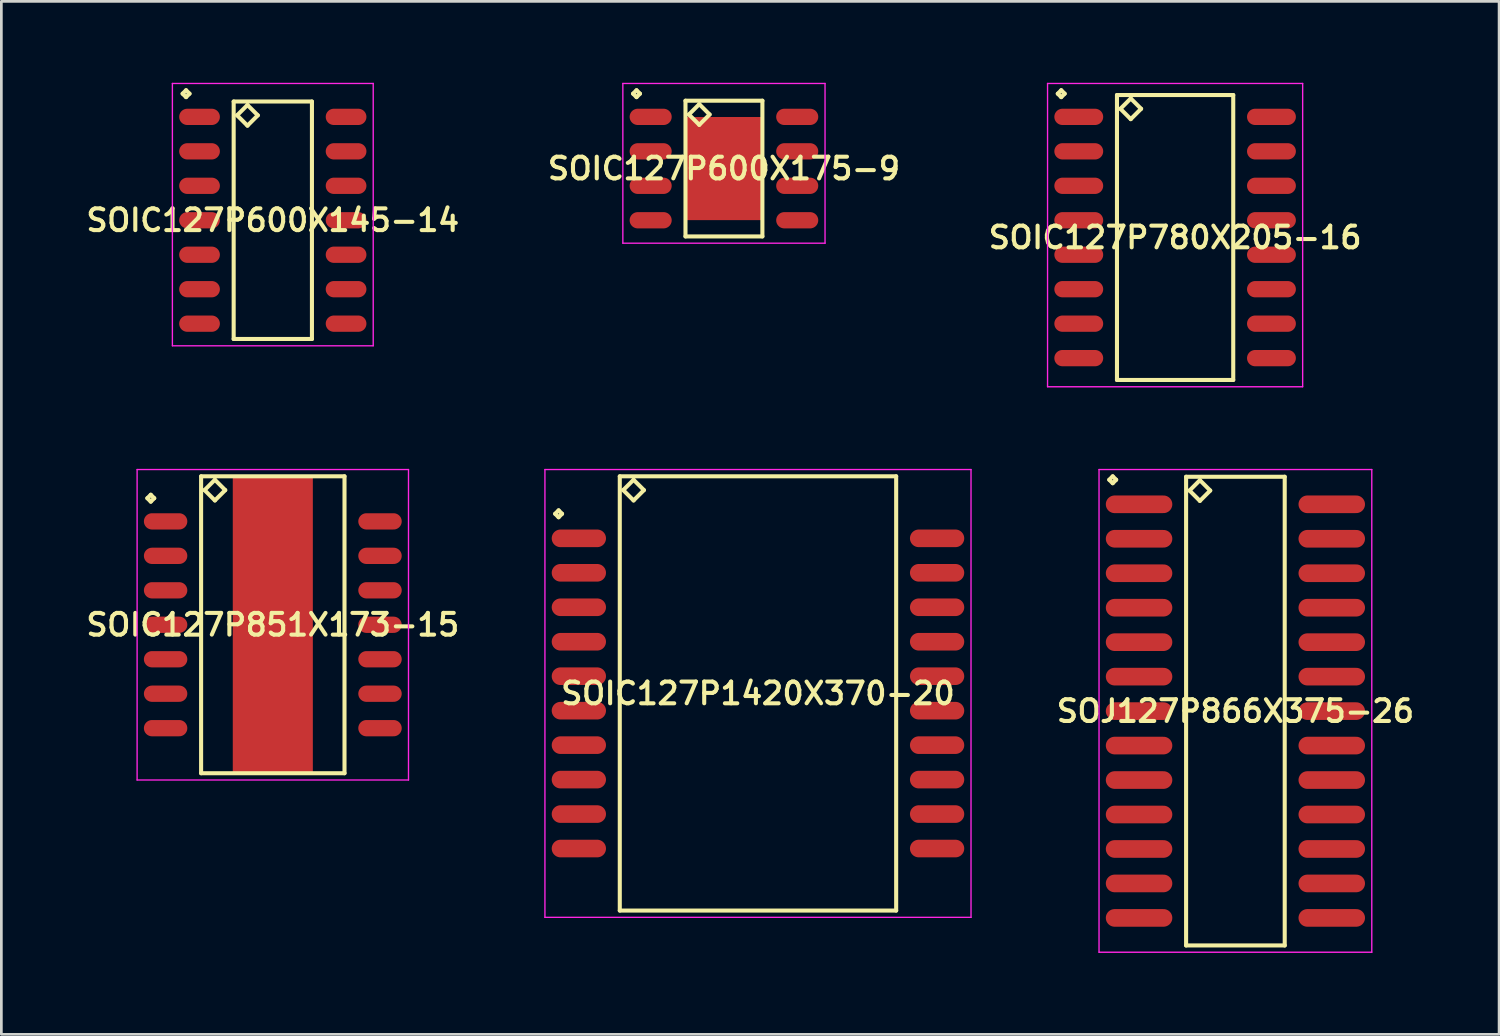
<source format=kicad_pcb>
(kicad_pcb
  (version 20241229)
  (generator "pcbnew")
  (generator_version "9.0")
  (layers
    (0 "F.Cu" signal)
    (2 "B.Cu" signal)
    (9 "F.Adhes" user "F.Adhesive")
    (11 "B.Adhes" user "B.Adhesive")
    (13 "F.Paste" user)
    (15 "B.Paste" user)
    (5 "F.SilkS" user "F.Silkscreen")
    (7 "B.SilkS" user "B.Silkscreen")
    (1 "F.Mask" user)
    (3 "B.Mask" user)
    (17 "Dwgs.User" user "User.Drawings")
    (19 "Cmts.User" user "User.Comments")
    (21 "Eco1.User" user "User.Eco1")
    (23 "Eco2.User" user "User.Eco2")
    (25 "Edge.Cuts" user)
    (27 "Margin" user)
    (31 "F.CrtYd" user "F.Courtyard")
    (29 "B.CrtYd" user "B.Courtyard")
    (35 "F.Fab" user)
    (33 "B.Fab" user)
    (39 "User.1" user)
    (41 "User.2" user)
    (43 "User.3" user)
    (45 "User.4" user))
  (footprint "SOIC127P600X175-9"
    (layer "F.Cu")
    (at 23.625 3.161)
    (property "Reference" "SOIC127P600X175-9" (at 0 0 0) (layer "F.SilkS") (effects (font (size 0.8 0.8) (thickness 0.15))))
    (attr smd)
    (fp_line (start -3.348 -2.759) (end -3.221 -2.886) (stroke (width 0.15) (type solid)) (layer "F.SilkS"))
    (fp_line (start -3.221 -2.886) (end -3.094 -2.759) (stroke (width 0.15) (type solid)) (layer "F.SilkS"))
    (fp_line (start -3.221 -2.632) (end -3.348 -2.759) (stroke (width 0.15) (type solid)) (layer "F.SilkS"))
    (fp_line (start -3.094 -2.759) (end -3.221 -2.632) (stroke (width 0.15) (type solid)) (layer "F.SilkS"))
    (fp_line (start -1.417 -2.5) (end -1.417 2.5) (stroke (width 0.15) (type solid)) (layer "F.SilkS"))
    (fp_line (start -1.417 2.5) (end 1.417 2.5) (stroke (width 0.15) (type solid)) (layer "F.SilkS"))
    (fp_line (start -1.29 -1.992) (end -0.909 -2.373) (stroke (width 0.15) (type solid)) (layer "F.SilkS"))
    (fp_line (start -0.909 -2.373) (end -0.528 -1.992) (stroke (width 0.15) (type solid)) (layer "F.SilkS"))
    (fp_line (start -0.909 -1.611) (end -1.29 -1.992) (stroke (width 0.15) (type solid)) (layer "F.SilkS"))
    (fp_line (start -0.528 -1.992) (end -0.909 -1.611) (stroke (width 0.15) (type solid)) (layer "F.SilkS"))
    (fp_line (start 1.417 -2.5) (end -1.417 -2.5) (stroke (width 0.15) (type solid)) (layer "F.SilkS"))
    (fp_line (start 1.417 2.5) (end 1.417 -2.5) (stroke (width 0.15) (type solid)) (layer "F.SilkS"))
    (fp_line (start -3.725 -3.136) (end 3.725 -3.136) (stroke (width 0.05) (type solid)) (layer "F.CrtYd"))
    (fp_line (start -3.725 2.75) (end -3.725 -3.136) (stroke (width 0.05) (type solid)) (layer "F.CrtYd"))
    (fp_line (start 3.725 -3.136) (end 3.725 2.75) (stroke (width 0.05) (type solid)) (layer "F.CrtYd"))
    (fp_line (start 3.725 2.75) (end -3.725 2.75) (stroke (width 0.05) (type solid)) (layer "F.CrtYd"))
    (pad "1" smd oval (at -2.7 -1.905) (size 1.55 0.6) (layers "F.Cu" "F.Mask" "F.Paste"))
    (pad "2" smd oval (at -2.7 -0.635) (size 1.55 0.6) (layers "F.Cu" "F.Mask" "F.Paste"))
    (pad "3" smd oval (at -2.7 0.635) (size 1.55 0.6) (layers "F.Cu" "F.Mask" "F.Paste"))
    (pad "4" smd oval (at -2.7 1.905) (size 1.55 0.6) (layers "F.Cu" "F.Mask" "F.Paste"))
    (pad "5" smd oval (at 2.7 1.905) (size 1.55 0.6) (layers "F.Cu" "F.Mask" "F.Paste"))
    (pad "6" smd oval (at 2.7 0.635) (size 1.55 0.6) (layers "F.Cu" "F.Mask" "F.Paste"))
    (pad "7" smd oval (at 2.7 -0.635) (size 1.55 0.6) (layers "F.Cu" "F.Mask" "F.Paste"))
    (pad "8" smd oval (at 2.7 -1.905) (size 1.55 0.6) (layers "F.Cu" "F.Mask" "F.Paste"))
    (pad "9" smd rect (at 0 0) (size 2.75 3.8) (layers "F.Cu" "F.Mask" "F.Paste")))
  (footprint "SOIC127P851X173-15"
    (layer "F.Cu")
    (at 7.002 19.971)
    (property "Reference" "SOIC127P851X173-15" (at 0 0 0) (layer "F.SilkS") (effects (font (size 0.8 0.8) (thickness 0.15))))
    (attr smd)
    (fp_line (start -4.623 -4.664) (end -4.496 -4.791) (stroke (width 0.15) (type solid)) (layer "F.SilkS"))
    (fp_line (start -4.496 -4.791) (end -4.369 -4.664) (stroke (width 0.15) (type solid)) (layer "F.SilkS"))
    (fp_line (start -4.496 -4.537) (end -4.623 -4.664) (stroke (width 0.15) (type solid)) (layer "F.SilkS"))
    (fp_line (start -4.369 -4.664) (end -4.496 -4.537) (stroke (width 0.15) (type solid)) (layer "F.SilkS"))
    (fp_line (start -2.642 -5.47) (end -2.642 5.47) (stroke (width 0.15) (type solid)) (layer "F.SilkS"))
    (fp_line (start -2.642 5.47) (end 2.642 5.47) (stroke (width 0.15) (type solid)) (layer "F.SilkS"))
    (fp_line (start -2.515 -4.962) (end -2.134 -5.343) (stroke (width 0.15) (type solid)) (layer "F.SilkS"))
    (fp_line (start -2.134 -5.343) (end -1.753 -4.962) (stroke (width 0.15) (type solid)) (layer "F.SilkS"))
    (fp_line (start -2.134 -4.581) (end -2.515 -4.962) (stroke (width 0.15) (type solid)) (layer "F.SilkS"))
    (fp_line (start -1.753 -4.962) (end -2.134 -4.581) (stroke (width 0.15) (type solid)) (layer "F.SilkS"))
    (fp_line (start 2.642 -5.47) (end -2.642 -5.47) (stroke (width 0.15) (type solid)) (layer "F.SilkS"))
    (fp_line (start 2.642 5.47) (end 2.642 -5.47) (stroke (width 0.15) (type solid)) (layer "F.SilkS"))
    (fp_line (start -5 -5.72) (end 5 -5.72) (stroke (width 0.05) (type solid)) (layer "F.CrtYd"))
    (fp_line (start -5 5.72) (end -5 -5.72) (stroke (width 0.05) (type solid)) (layer "F.CrtYd"))
    (fp_line (start 5 -5.72) (end 5 5.72) (stroke (width 0.05) (type solid)) (layer "F.CrtYd"))
    (fp_line (start 5 5.72) (end -5 5.72) (stroke (width 0.05) (type solid)) (layer "F.CrtYd"))
    (pad "1" smd oval (at -3.95 -3.81) (size 1.6 0.6) (layers "F.Cu" "F.Mask" "F.Paste"))
    (pad "2" smd oval (at -3.95 -2.54) (size 1.6 0.6) (layers "F.Cu" "F.Mask" "F.Paste"))
    (pad "3" smd oval (at -3.95 -1.27) (size 1.6 0.6) (layers "F.Cu" "F.Mask" "F.Paste"))
    (pad "4" smd oval (at -3.95 0) (size 1.6 0.6) (layers "F.Cu" "F.Mask" "F.Paste"))
    (pad "5" smd oval (at -3.95 1.27) (size 1.6 0.6) (layers "F.Cu" "F.Mask" "F.Paste"))
    (pad "6" smd oval (at -3.95 2.54) (size 1.6 0.6) (layers "F.Cu" "F.Mask" "F.Paste"))
    (pad "7" smd oval (at -3.95 3.81) (size 1.6 0.6) (layers "F.Cu" "F.Mask" "F.Paste"))
    (pad "8" smd oval (at 3.95 3.81) (size 1.6 0.6) (layers "F.Cu" "F.Mask" "F.Paste"))
    (pad "9" smd oval (at 3.95 2.54) (size 1.6 0.6) (layers "F.Cu" "F.Mask" "F.Paste"))
    (pad "10" smd oval (at 3.95 1.27) (size 1.6 0.6) (layers "F.Cu" "F.Mask" "F.Paste"))
    (pad "11" smd oval (at 3.95 0) (size 1.6 0.6) (layers "F.Cu" "F.Mask" "F.Paste"))
    (pad "12" smd oval (at 3.95 -1.27) (size 1.6 0.6) (layers "F.Cu" "F.Mask" "F.Paste"))
    (pad "13" smd oval (at 3.95 -2.54) (size 1.6 0.6) (layers "F.Cu" "F.Mask" "F.Paste"))
    (pad "14" smd oval (at 3.95 -3.81) (size 1.6 0.6) (layers "F.Cu" "F.Mask" "F.Paste"))
    (pad "15" smd rect (at 0 0) (size 2.95 10.9) (layers "F.Cu" "F.Mask" "F.Paste")))
  (footprint "SOJ127P866X375-26"
    (layer "F.Cu")
    (at 42.471 23.152)
    (property "Reference" "SOJ127P866X375-26" (at 0 0 0) (layer "F.SilkS") (effects (font (size 0.8 0.8) (thickness 0.15))))
    (attr smd)
    (fp_line (start -4.648 -8.524) (end -4.521 -8.651) (stroke (width 0.15) (type solid)) (layer "F.SilkS"))
    (fp_line (start -4.521 -8.651) (end -4.394 -8.524) (stroke (width 0.15) (type solid)) (layer "F.SilkS"))
    (fp_line (start -4.521 -8.397) (end -4.648 -8.524) (stroke (width 0.15) (type solid)) (layer "F.SilkS"))
    (fp_line (start -4.394 -8.524) (end -4.521 -8.397) (stroke (width 0.15) (type solid)) (layer "F.SilkS"))
    (fp_line (start -1.817 -8.635) (end -1.817 8.635) (stroke (width 0.15) (type solid)) (layer "F.SilkS"))
    (fp_line (start -1.817 8.635) (end 1.817 8.635) (stroke (width 0.15) (type solid)) (layer "F.SilkS"))
    (fp_line (start -1.69 -8.127) (end -1.309 -8.508) (stroke (width 0.15) (type solid)) (layer "F.SilkS"))
    (fp_line (start -1.309 -8.508) (end -0.928 -8.127) (stroke (width 0.15) (type solid)) (layer "F.SilkS"))
    (fp_line (start -1.309 -7.746) (end -1.69 -8.127) (stroke (width 0.15) (type solid)) (layer "F.SilkS"))
    (fp_line (start -0.928 -8.127) (end -1.309 -7.746) (stroke (width 0.15) (type solid)) (layer "F.SilkS"))
    (fp_line (start 1.817 -8.635) (end -1.817 -8.635) (stroke (width 0.15) (type solid)) (layer "F.SilkS"))
    (fp_line (start 1.817 8.635) (end 1.817 -8.635) (stroke (width 0.15) (type solid)) (layer "F.SilkS"))
    (fp_line (start -5.025 -8.901) (end 5.025 -8.901) (stroke (width 0.05) (type solid)) (layer "F.CrtYd"))
    (fp_line (start -5.025 8.885) (end -5.025 -8.901) (stroke (width 0.05) (type solid)) (layer "F.CrtYd"))
    (fp_line (start 5.025 -8.901) (end 5.025 8.885) (stroke (width 0.05) (type solid)) (layer "F.CrtYd"))
    (fp_line (start 5.025 8.885) (end -5.025 8.885) (stroke (width 0.05) (type solid)) (layer "F.CrtYd"))
    (pad "1" smd oval (at -3.55 -7.62) (size 2.45 0.65) (layers "F.Cu" "F.Mask" "F.Paste"))
    (pad "2" smd oval (at -3.55 -6.35) (size 2.45 0.65) (layers "F.Cu" "F.Mask" "F.Paste"))
    (pad "3" smd oval (at -3.55 -5.08) (size 2.45 0.65) (layers "F.Cu" "F.Mask" "F.Paste"))
    (pad "4" smd oval (at -3.55 -3.81) (size 2.45 0.65) (layers "F.Cu" "F.Mask" "F.Paste"))
    (pad "5" smd oval (at -3.55 -2.54) (size 2.45 0.65) (layers "F.Cu" "F.Mask" "F.Paste"))
    (pad "6" smd oval (at -3.55 -1.27) (size 2.45 0.65) (layers "F.Cu" "F.Mask" "F.Paste"))
    (pad "7" smd oval (at -3.55 0) (size 2.45 0.65) (layers "F.Cu" "F.Mask" "F.Paste"))
    (pad "8" smd oval (at -3.55 1.27) (size 2.45 0.65) (layers "F.Cu" "F.Mask" "F.Paste"))
    (pad "9" smd oval (at -3.55 2.54) (size 2.45 0.65) (layers "F.Cu" "F.Mask" "F.Paste"))
    (pad "10" smd oval (at -3.55 3.81) (size 2.45 0.65) (layers "F.Cu" "F.Mask" "F.Paste"))
    (pad "11" smd oval (at -3.55 5.08) (size 2.45 0.65) (layers "F.Cu" "F.Mask" "F.Paste"))
    (pad "12" smd oval (at -3.55 6.35) (size 2.45 0.65) (layers "F.Cu" "F.Mask" "F.Paste"))
    (pad "13" smd oval (at -3.55 7.62) (size 2.45 0.65) (layers "F.Cu" "F.Mask" "F.Paste"))
    (pad "14" smd oval (at 3.55 7.62) (size 2.45 0.65) (layers "F.Cu" "F.Mask" "F.Paste"))
    (pad "15" smd oval (at 3.55 6.35) (size 2.45 0.65) (layers "F.Cu" "F.Mask" "F.Paste"))
    (pad "16" smd oval (at 3.55 5.08) (size 2.45 0.65) (layers "F.Cu" "F.Mask" "F.Paste"))
    (pad "17" smd oval (at 3.55 3.81) (size 2.45 0.65) (layers "F.Cu" "F.Mask" "F.Paste"))
    (pad "18" smd oval (at 3.55 2.54) (size 2.45 0.65) (layers "F.Cu" "F.Mask" "F.Paste"))
    (pad "19" smd oval (at 3.55 1.27) (size 2.45 0.65) (layers "F.Cu" "F.Mask" "F.Paste"))
    (pad "20" smd oval (at 3.55 0) (size 2.45 0.65) (layers "F.Cu" "F.Mask" "F.Paste"))
    (pad "21" smd oval (at 3.55 -1.27) (size 2.45 0.65) (layers "F.Cu" "F.Mask" "F.Paste"))
    (pad "22" smd oval (at 3.55 -2.54) (size 2.45 0.65) (layers "F.Cu" "F.Mask" "F.Paste"))
    (pad "23" smd oval (at 3.55 -3.81) (size 2.45 0.65) (layers "F.Cu" "F.Mask" "F.Paste"))
    (pad "24" smd oval (at 3.55 -5.08) (size 2.45 0.65) (layers "F.Cu" "F.Mask" "F.Paste"))
    (pad "25" smd oval (at 3.55 -6.35) (size 2.45 0.65) (layers "F.Cu" "F.Mask" "F.Paste"))
    (pad "26" smd oval (at 3.55 -7.62) (size 2.45 0.65) (layers "F.Cu" "F.Mask" "F.Paste")))
  (footprint "SOIC127P1420X370-20"
    (layer "F.Cu")
    (at 24.879 22.501)
    (property "Reference" "SOIC127P1420X370-20" (at 0 0 0) (layer "F.SilkS") (effects (font (size 0.8 0.8) (thickness 0.15))))
    (attr smd)
    (fp_line (start -7.473 -6.619) (end -7.346 -6.746) (stroke (width 0.15) (type solid)) (layer "F.SilkS"))
    (fp_line (start -7.346 -6.746) (end -7.219 -6.619) (stroke (width 0.15) (type solid)) (layer "F.SilkS"))
    (fp_line (start -7.346 -6.492) (end -7.473 -6.619) (stroke (width 0.15) (type solid)) (layer "F.SilkS"))
    (fp_line (start -7.219 -6.619) (end -7.346 -6.492) (stroke (width 0.15) (type solid)) (layer "F.SilkS"))
    (fp_line (start -5.092 -8) (end -5.092 8) (stroke (width 0.15) (type solid)) (layer "F.SilkS"))
    (fp_line (start -5.092 8) (end 5.092 8) (stroke (width 0.15) (type solid)) (layer "F.SilkS"))
    (fp_line (start -4.965 -7.492) (end -4.584 -7.873) (stroke (width 0.15) (type solid)) (layer "F.SilkS"))
    (fp_line (start -4.584 -7.873) (end -4.203 -7.492) (stroke (width 0.15) (type solid)) (layer "F.SilkS"))
    (fp_line (start -4.584 -7.111) (end -4.965 -7.492) (stroke (width 0.15) (type solid)) (layer "F.SilkS"))
    (fp_line (start -4.203 -7.492) (end -4.584 -7.111) (stroke (width 0.15) (type solid)) (layer "F.SilkS"))
    (fp_line (start 5.092 -8) (end -5.092 -8) (stroke (width 0.15) (type solid)) (layer "F.SilkS"))
    (fp_line (start 5.092 8) (end 5.092 -8) (stroke (width 0.15) (type solid)) (layer "F.SilkS"))
    (fp_line (start -7.85 -8.25) (end 7.85 -8.25) (stroke (width 0.05) (type solid)) (layer "F.CrtYd"))
    (fp_line (start -7.85 8.25) (end -7.85 -8.25) (stroke (width 0.05) (type solid)) (layer "F.CrtYd"))
    (fp_line (start 7.85 -8.25) (end 7.85 8.25) (stroke (width 0.05) (type solid)) (layer "F.CrtYd"))
    (fp_line (start 7.85 8.25) (end -7.85 8.25) (stroke (width 0.05) (type solid)) (layer "F.CrtYd"))
    (pad "1" smd oval (at -6.6 -5.715) (size 2 0.65) (layers "F.Cu" "F.Mask" "F.Paste"))
    (pad "2" smd oval (at -6.6 -4.445) (size 2 0.65) (layers "F.Cu" "F.Mask" "F.Paste"))
    (pad "3" smd oval (at -6.6 -3.175) (size 2 0.65) (layers "F.Cu" "F.Mask" "F.Paste"))
    (pad "4" smd oval (at -6.6 -1.905) (size 2 0.65) (layers "F.Cu" "F.Mask" "F.Paste"))
    (pad "5" smd oval (at -6.6 -0.635) (size 2 0.65) (layers "F.Cu" "F.Mask" "F.Paste"))
    (pad "6" smd oval (at -6.6 0.635) (size 2 0.65) (layers "F.Cu" "F.Mask" "F.Paste"))
    (pad "7" smd oval (at -6.6 1.905) (size 2 0.65) (layers "F.Cu" "F.Mask" "F.Paste"))
    (pad "8" smd oval (at -6.6 3.175) (size 2 0.65) (layers "F.Cu" "F.Mask" "F.Paste"))
    (pad "9" smd oval (at -6.6 4.445) (size 2 0.65) (layers "F.Cu" "F.Mask" "F.Paste"))
    (pad "10" smd oval (at -6.6 5.715) (size 2 0.65) (layers "F.Cu" "F.Mask" "F.Paste"))
    (pad "11" smd oval (at 6.6 5.715) (size 2 0.65) (layers "F.Cu" "F.Mask" "F.Paste"))
    (pad "12" smd oval (at 6.6 4.445) (size 2 0.65) (layers "F.Cu" "F.Mask" "F.Paste"))
    (pad "13" smd oval (at 6.6 3.175) (size 2 0.65) (layers "F.Cu" "F.Mask" "F.Paste"))
    (pad "14" smd oval (at 6.6 1.905) (size 2 0.65) (layers "F.Cu" "F.Mask" "F.Paste"))
    (pad "15" smd oval (at 6.6 0.635) (size 2 0.65) (layers "F.Cu" "F.Mask" "F.Paste"))
    (pad "16" smd oval (at 6.6 -0.635) (size 2 0.65) (layers "F.Cu" "F.Mask" "F.Paste"))
    (pad "17" smd oval (at 6.6 -1.905) (size 2 0.65) (layers "F.Cu" "F.Mask" "F.Paste"))
    (pad "18" smd oval (at 6.6 -3.175) (size 2 0.65) (layers "F.Cu" "F.Mask" "F.Paste"))
    (pad "19" smd oval (at 6.6 -4.445) (size 2 0.65) (layers "F.Cu" "F.Mask" "F.Paste"))
    (pad "20" smd oval (at 6.6 -5.715) (size 2 0.65) (layers "F.Cu" "F.Mask" "F.Paste")))
  (footprint "SOIC127P780X205-16"
    (layer "F.Cu")
    (at 40.249 5.701)
    (property "Reference" "SOIC127P780X205-16" (at 0 0 0) (layer "F.SilkS") (effects (font (size 0.8 0.8) (thickness 0.15))))
    (attr smd)
    (fp_line (start -4.323 -5.299) (end -4.196 -5.426) (stroke (width 0.15) (type solid)) (layer "F.SilkS"))
    (fp_line (start -4.196 -5.426) (end -4.069 -5.299) (stroke (width 0.15) (type solid)) (layer "F.SilkS"))
    (fp_line (start -4.196 -5.172) (end -4.323 -5.299) (stroke (width 0.15) (type solid)) (layer "F.SilkS"))
    (fp_line (start -4.069 -5.299) (end -4.196 -5.172) (stroke (width 0.15) (type solid)) (layer "F.SilkS"))
    (fp_line (start -2.142 -5.25) (end -2.142 5.25) (stroke (width 0.15) (type solid)) (layer "F.SilkS"))
    (fp_line (start -2.142 5.25) (end 2.142 5.25) (stroke (width 0.15) (type solid)) (layer "F.SilkS"))
    (fp_line (start -2.015 -4.742) (end -1.634 -5.123) (stroke (width 0.15) (type solid)) (layer "F.SilkS"))
    (fp_line (start -1.634 -5.123) (end -1.253 -4.742) (stroke (width 0.15) (type solid)) (layer "F.SilkS"))
    (fp_line (start -1.634 -4.361) (end -2.015 -4.742) (stroke (width 0.15) (type solid)) (layer "F.SilkS"))
    (fp_line (start -1.253 -4.742) (end -1.634 -4.361) (stroke (width 0.15) (type solid)) (layer "F.SilkS"))
    (fp_line (start 2.142 -5.25) (end -2.142 -5.25) (stroke (width 0.15) (type solid)) (layer "F.SilkS"))
    (fp_line (start 2.142 5.25) (end 2.142 -5.25) (stroke (width 0.15) (type solid)) (layer "F.SilkS"))
    (fp_line (start -4.7 -5.676) (end 4.7 -5.676) (stroke (width 0.05) (type solid)) (layer "F.CrtYd"))
    (fp_line (start -4.7 5.5) (end -4.7 -5.676) (stroke (width 0.05) (type solid)) (layer "F.CrtYd"))
    (fp_line (start 4.7 -5.676) (end 4.7 5.5) (stroke (width 0.05) (type solid)) (layer "F.CrtYd"))
    (fp_line (start 4.7 5.5) (end -4.7 5.5) (stroke (width 0.05) (type solid)) (layer "F.CrtYd"))
    (pad "1" smd oval (at -3.55 -4.445) (size 1.8 0.6) (layers "F.Cu" "F.Mask" "F.Paste"))
    (pad "2" smd oval (at -3.55 -3.175) (size 1.8 0.6) (layers "F.Cu" "F.Mask" "F.Paste"))
    (pad "3" smd oval (at -3.55 -1.905) (size 1.8 0.6) (layers "F.Cu" "F.Mask" "F.Paste"))
    (pad "4" smd oval (at -3.55 -0.635) (size 1.8 0.6) (layers "F.Cu" "F.Mask" "F.Paste"))
    (pad "5" smd oval (at -3.55 0.635) (size 1.8 0.6) (layers "F.Cu" "F.Mask" "F.Paste"))
    (pad "6" smd oval (at -3.55 1.905) (size 1.8 0.6) (layers "F.Cu" "F.Mask" "F.Paste"))
    (pad "7" smd oval (at -3.55 3.175) (size 1.8 0.6) (layers "F.Cu" "F.Mask" "F.Paste"))
    (pad "8" smd oval (at -3.55 4.445) (size 1.8 0.6) (layers "F.Cu" "F.Mask" "F.Paste"))
    (pad "9" smd oval (at 3.55 4.445) (size 1.8 0.6) (layers "F.Cu" "F.Mask" "F.Paste"))
    (pad "10" smd oval (at 3.55 3.175) (size 1.8 0.6) (layers "F.Cu" "F.Mask" "F.Paste"))
    (pad "11" smd oval (at 3.55 1.905) (size 1.8 0.6) (layers "F.Cu" "F.Mask" "F.Paste"))
    (pad "12" smd oval (at 3.55 0.635) (size 1.8 0.6) (layers "F.Cu" "F.Mask" "F.Paste"))
    (pad "13" smd oval (at 3.55 -0.635) (size 1.8 0.6) (layers "F.Cu" "F.Mask" "F.Paste"))
    (pad "14" smd oval (at 3.55 -1.905) (size 1.8 0.6) (layers "F.Cu" "F.Mask" "F.Paste"))
    (pad "15" smd oval (at 3.55 -3.175) (size 1.8 0.6) (layers "F.Cu" "F.Mask" "F.Paste"))
    (pad "16" smd oval (at 3.55 -4.445) (size 1.8 0.6) (layers "F.Cu" "F.Mask" "F.Paste")))
  (footprint "SOIC127P600X145-14"
    (layer "F.Cu")
    (at 7.002 5.066)
    (property "Reference" "SOIC127P600X145-14" (at 0 0 0) (layer "F.SilkS") (effects (font (size 0.8 0.8) (thickness 0.15))))
    (attr smd)
    (fp_line (start -3.323 -4.664) (end -3.196 -4.791) (stroke (width 0.15) (type solid)) (layer "F.SilkS"))
    (fp_line (start -3.196 -4.791) (end -3.069 -4.664) (stroke (width 0.15) (type solid)) (layer "F.SilkS"))
    (fp_line (start -3.196 -4.537) (end -3.323 -4.664) (stroke (width 0.15) (type solid)) (layer "F.SilkS"))
    (fp_line (start -3.069 -4.664) (end -3.196 -4.537) (stroke (width 0.15) (type solid)) (layer "F.SilkS"))
    (fp_line (start -1.442 -4.375) (end -1.442 4.375) (stroke (width 0.15) (type solid)) (layer "F.SilkS"))
    (fp_line (start -1.442 4.375) (end 1.442 4.375) (stroke (width 0.15) (type solid)) (layer "F.SilkS"))
    (fp_line (start -1.315 -3.867) (end -0.934 -4.248) (stroke (width 0.15) (type solid)) (layer "F.SilkS"))
    (fp_line (start -0.934 -4.248) (end -0.553 -3.867) (stroke (width 0.15) (type solid)) (layer "F.SilkS"))
    (fp_line (start -0.934 -3.486) (end -1.315 -3.867) (stroke (width 0.15) (type solid)) (layer "F.SilkS"))
    (fp_line (start -0.553 -3.867) (end -0.934 -3.486) (stroke (width 0.15) (type solid)) (layer "F.SilkS"))
    (fp_line (start 1.442 -4.375) (end -1.442 -4.375) (stroke (width 0.15) (type solid)) (layer "F.SilkS"))
    (fp_line (start 1.442 4.375) (end 1.442 -4.375) (stroke (width 0.15) (type solid)) (layer "F.SilkS"))
    (fp_line (start -3.7 -5.041) (end 3.7 -5.041) (stroke (width 0.05) (type solid)) (layer "F.CrtYd"))
    (fp_line (start -3.7 4.625) (end -3.7 -5.041) (stroke (width 0.05) (type solid)) (layer "F.CrtYd"))
    (fp_line (start 3.7 -5.041) (end 3.7 4.625) (stroke (width 0.05) (type solid)) (layer "F.CrtYd"))
    (fp_line (start 3.7 4.625) (end -3.7 4.625) (stroke (width 0.05) (type solid)) (layer "F.CrtYd"))
    (pad "1" smd oval (at -2.7 -3.81) (size 1.5 0.6) (layers "F.Cu" "F.Mask" "F.Paste"))
    (pad "2" smd oval (at -2.7 -2.54) (size 1.5 0.6) (layers "F.Cu" "F.Mask" "F.Paste"))
    (pad "3" smd oval (at -2.7 -1.27) (size 1.5 0.6) (layers "F.Cu" "F.Mask" "F.Paste"))
    (pad "4" smd oval (at -2.7 0) (size 1.5 0.6) (layers "F.Cu" "F.Mask" "F.Paste"))
    (pad "5" smd oval (at -2.7 1.27) (size 1.5 0.6) (layers "F.Cu" "F.Mask" "F.Paste"))
    (pad "6" smd oval (at -2.7 2.54) (size 1.5 0.6) (layers "F.Cu" "F.Mask" "F.Paste"))
    (pad "7" smd oval (at -2.7 3.81) (size 1.5 0.6) (layers "F.Cu" "F.Mask" "F.Paste"))
    (pad "8" smd oval (at 2.7 3.81) (size 1.5 0.6) (layers "F.Cu" "F.Mask" "F.Paste"))
    (pad "9" smd oval (at 2.7 2.54) (size 1.5 0.6) (layers "F.Cu" "F.Mask" "F.Paste"))
    (pad "10" smd oval (at 2.7 1.27) (size 1.5 0.6) (layers "F.Cu" "F.Mask" "F.Paste"))
    (pad "11" smd oval (at 2.7 0) (size 1.5 0.6) (layers "F.Cu" "F.Mask" "F.Paste"))
    (pad "12" smd oval (at 2.7 -1.27) (size 1.5 0.6) (layers "F.Cu" "F.Mask" "F.Paste"))
    (pad "13" smd oval (at 2.7 -2.54) (size 1.5 0.6) (layers "F.Cu" "F.Mask" "F.Paste"))
    (pad "14" smd oval (at 2.7 -3.81) (size 1.5 0.6) (layers "F.Cu" "F.Mask" "F.Paste")))
  (gr_rect
    (start -3 -3)
    (end 52.187 35.062)
    (stroke (width 0.1) (type default))
    (fill no)
    (layer "Edge.Cuts")))
</source>
